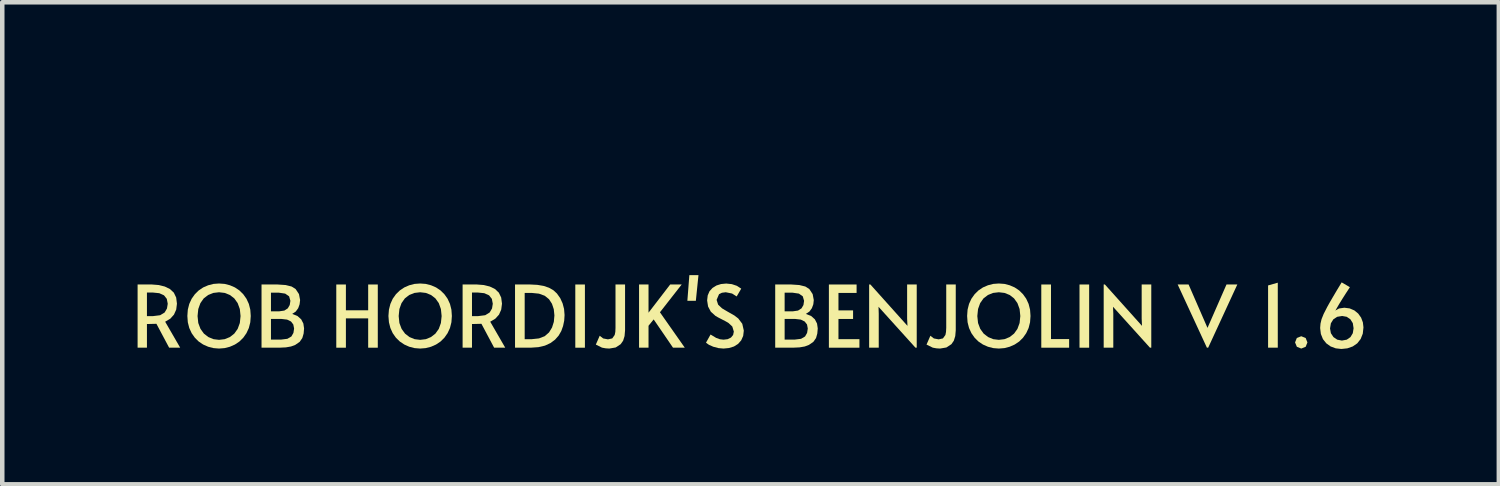
<source format=kicad_pcb>
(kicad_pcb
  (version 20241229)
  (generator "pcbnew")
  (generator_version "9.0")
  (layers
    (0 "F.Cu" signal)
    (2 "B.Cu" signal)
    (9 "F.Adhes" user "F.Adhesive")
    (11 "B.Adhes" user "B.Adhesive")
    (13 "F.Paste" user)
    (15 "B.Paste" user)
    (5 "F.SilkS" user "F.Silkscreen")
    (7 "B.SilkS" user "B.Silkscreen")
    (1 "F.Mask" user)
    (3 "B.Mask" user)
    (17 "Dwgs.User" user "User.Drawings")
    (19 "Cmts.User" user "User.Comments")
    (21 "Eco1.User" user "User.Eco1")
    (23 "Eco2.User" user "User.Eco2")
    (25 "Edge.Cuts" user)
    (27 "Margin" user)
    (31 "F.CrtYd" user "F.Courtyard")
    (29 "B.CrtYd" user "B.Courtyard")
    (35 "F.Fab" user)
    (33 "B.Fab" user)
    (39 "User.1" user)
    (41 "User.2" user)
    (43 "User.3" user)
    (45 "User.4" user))
  (footprint "kibuzzard-633E8A32"
    (layer "F.Cu")
    (at 13.586 3.867)
    (property "Reference" "kibuzzard-633E8A32" (at 0 -3.866 0) (layer "F.SilkS") (effects (font (size 0.001 0.001) (thickness 0.15))))
    (attr board_only exclude_from_pos_files exclude_from_bom)
    (fp_poly (pts (xy -3.884 -0.611) (xy -3.671 -0.611) (xy -3.671 0.79) (xy -3.884 0.79) (xy -3.884 -0.611)) (stroke (width 0) (type solid)) (fill yes) (layer "F.SilkS"))
    (fp_poly (pts (xy -1.356 -0.818) (xy -1.154 -0.818) (xy -1.212 -0.249) (xy -1.4 -0.249) (xy -1.356 -0.818)) (stroke (width 0) (type solid)) (fill yes) (layer "F.SilkS"))
    (fp_poly (pts (xy 7.292 -0.611) (xy 7.506 -0.611) (xy 7.506 0.79) (xy 7.292 0.79) (xy 7.292 -0.611)) (stroke (width 0) (type solid)) (fill yes) (layer "F.SilkS"))
    (fp_poly (pts (xy 11.472 -0.59) (xy 11.687 -0.651) (xy 11.687 0.79) (xy 11.472 0.79) (xy 11.472 -0.59)) (stroke (width 0) (type solid)) (fill yes) (layer "F.SilkS"))
    (fp_poly (pts (xy 6.445 -0.611) (xy 6.66 -0.611) (xy 6.66 0.599) (xy 7.062 0.599) (xy 7.062 0.79) (xy 6.445 0.79) (xy 6.445 -0.611)) (stroke (width 0) (type solid)) (fill yes) (layer "F.SilkS"))
    (fp_poly (pts (xy 9.468 -0.611) (xy 9.71 -0.611) (xy 10.129 0.351) (xy 10.55 -0.611) (xy 10.79 -0.611) (xy 10.144 0.79) (xy 10.116 0.79) (xy 9.468 -0.611)) (stroke (width 0) (type solid)) (fill yes) (layer "F.SilkS"))
    (fp_poly (pts (xy 12.07 0.673) (xy 12.109 0.575) (xy 12.207 0.536) (xy 12.305 0.575) (xy 12.344 0.673) (xy 12.305 0.77) (xy 12.207 0.809) (xy 12.11 0.77) (xy 12.07 0.673)) (stroke (width 0) (type solid)) (fill yes) (layer "F.SilkS"))
    (fp_poly (pts (xy -9.182 -0.611) (xy -8.969 -0.611) (xy -8.969 -0.039) (xy -8.475 -0.039) (xy -8.475 -0.611) (xy -8.262 -0.611) (xy -8.262 0.79) (xy -8.475 0.79) (xy -8.475 0.14) (xy -8.969 0.14) (xy -8.969 0.79) (xy -9.182 0.79) (xy -9.182 -0.611)) (stroke (width 0) (type solid)) (fill yes) (layer "F.SilkS"))
    (fp_poly (pts (xy -2.147 0.163) (xy -2.261 0.304) (xy -2.261 0.79) (xy -2.471 0.79) (xy -2.471 -0.611) (xy -2.261 -0.611) (xy -2.261 0.014) (xy -1.781 -0.611) (xy -1.526 -0.611) (xy -2.008 0.005) (xy -1.457 0.79) (xy -1.718 0.79) (xy -2.147 0.163)) (stroke (width 0) (type solid)) (fill yes) (layer "F.SilkS"))
    (fp_poly (pts (xy 1.737 -0.611) (xy 2.351 -0.611) (xy 2.351 -0.424) (xy 1.949 -0.424) (xy 1.949 -0.037) (xy 2.273 -0.037) (xy 2.273 0.153) (xy 1.949 0.153) (xy 1.949 0.601) (xy 2.414 0.601) (xy 2.414 0.79) (xy 1.737 0.79) (xy 1.737 -0.611)) (stroke (width 0) (type solid)) (fill yes) (layer "F.SilkS"))
    (fp_poly (pts (xy 2.837 -0.117) (xy 2.842 0.035) (xy 2.842 0.79) (xy 2.629 0.79) (xy 2.629 -0.612) (xy 2.656 -0.612) (xy 3.479 0.306) (xy 3.471 0.146) (xy 3.471 -0.611) (xy 3.684 -0.611) (xy 3.684 0.79) (xy 3.656 0.79) (xy 2.837 -0.117)) (stroke (width 0) (type solid)) (fill yes) (layer "F.SilkS"))
    (fp_poly (pts (xy 8.035 -0.117) (xy 8.041 0.035) (xy 8.041 0.79) (xy 7.828 0.79) (xy 7.828 -0.612) (xy 7.854 -0.612) (xy 8.677 0.306) (xy 8.67 0.146) (xy 8.67 -0.611) (xy 8.883 -0.611) (xy 8.883 0.79) (xy 8.854 0.79) (xy 8.035 -0.117)) (stroke (width 0) (type solid)) (fill yes) (layer "F.SilkS"))
    (fp_poly (pts (xy -3.429 0.721) (xy -3.343 0.525) (xy -3.266 0.585) (xy -3.16 0.605) (xy -3.065 0.584) (xy -3.011 0.508) (xy -2.997 0.441) (xy -2.993 0.35) (xy -2.993 -0.611) (xy -2.781 -0.611) (xy -2.781 0.403) (xy -2.792 0.532) (xy -2.824 0.635) (xy -2.878 0.712) (xy -2.989 0.785) (xy -3.13 0.809) (xy -3.21 0.804) (xy -3.292 0.789) (xy -3.429 0.721)) (stroke (width 0) (type solid)) (fill yes) (layer "F.SilkS"))
    (fp_poly (pts (xy 3.901 0.721) (xy 3.987 0.525) (xy 4.064 0.585) (xy 4.17 0.605) (xy 4.265 0.584) (xy 4.32 0.508) (xy 4.333 0.441) (xy 4.338 0.35) (xy 4.338 -0.611) (xy 4.549 -0.611) (xy 4.549 0.403) (xy 4.538 0.532) (xy 4.506 0.635) (xy 4.453 0.712) (xy 4.342 0.785) (xy 4.201 0.809) (xy 4.12 0.804) (xy 4.039 0.789) (xy 3.901 0.721)) (stroke (width 0) (type solid)) (fill yes) (layer "F.SilkS"))
    (fp_poly (pts (xy -12.887 0.79) (xy -13.169 0.26) (xy -13.244 0.262) (xy -13.244 0.09) (xy -13.086 0.07) (xy -12.987 0.01) (xy -12.935 -0.079) (xy -12.918 -0.184) (xy -12.939 -0.293) (xy -13.001 -0.371) (xy -13.105 -0.418) (xy -13.251 -0.433) (xy -13.379 -0.433) (xy -13.379 0.09) (xy -13.244 0.09) (xy -13.244 0.262) (xy -13.325 0.264) (xy -13.379 0.264) (xy -13.379 0.79) (xy -13.586 0.79) (xy -13.586 -0.611) (xy -13.268 -0.611) (xy -13.117 -0.599) (xy -12.984 -0.566) (xy -12.87 -0.511) (xy -12.783 -0.43) (xy -12.731 -0.322) (xy -12.714 -0.186) (xy -12.73 -0.055) (xy -12.78 0.057) (xy -12.861 0.147) (xy -12.975 0.214) (xy -12.642 0.79) (xy -12.887 0.79)) (stroke (width 0) (type solid)) (fill yes) (layer "F.SilkS"))
    (fp_poly (pts (xy -5.683 0.79) (xy -5.965 0.26) (xy -6.039 0.262) (xy -6.039 0.09) (xy -5.881 0.07) (xy -5.783 0.01) (xy -5.73 -0.079) (xy -5.713 -0.184) (xy -5.734 -0.293) (xy -5.796 -0.371) (xy -5.901 -0.418) (xy -6.046 -0.433) (xy -6.174 -0.433) (xy -6.174 0.09) (xy -6.039 0.09) (xy -6.039 0.262) (xy -6.121 0.264) (xy -6.174 0.264) (xy -6.174 0.79) (xy -6.382 0.79) (xy -6.382 -0.611) (xy -6.064 -0.611) (xy -5.912 -0.599) (xy -5.779 -0.566) (xy -5.665 -0.511) (xy -5.579 -0.43) (xy -5.527 -0.322) (xy -5.509 -0.186) (xy -5.526 -0.055) (xy -5.575 0.057) (xy -5.657 0.147) (xy -5.77 0.214) (xy -5.437 0.79) (xy -5.683 0.79)) (stroke (width 0) (type solid)) (fill yes) (layer "F.SilkS"))
    (fp_poly (pts (xy -5.22 -0.611) (xy -4.883 -0.611) (xy -4.724 -0.603) (xy -4.585 -0.579) (xy -4.467 -0.539) (xy -4.369 -0.483) (xy -4.291 -0.411) (xy -4.217 -0.306) (xy -4.165 -0.191) (xy -4.133 -0.068) (xy -4.122 0.066) (xy -4.13 0.191) (xy -4.155 0.309) (xy -4.195 0.421) (xy -4.254 0.523) (xy -4.333 0.612) (xy -4.434 0.687) (xy -4.557 0.744) (xy -4.702 0.778) (xy -4.848 0.788) (xy -4.848 0.601) (xy -4.689 0.584) (xy -4.562 0.535) (xy -4.466 0.451) (xy -4.4 0.343) (xy -4.36 0.218) (xy -4.347 0.075) (xy -4.361 -0.063) (xy -4.401 -0.183) (xy -4.467 -0.285) (xy -4.563 -0.362) (xy -4.69 -0.408) (xy -4.848 -0.424) (xy -5.006 -0.424) (xy -5.006 0.601) (xy -4.848 0.601) (xy -4.848 0.788) (xy -4.871 0.79) (xy -5.22 0.79) (xy -5.22 -0.611)) (stroke (width 0) (type solid)) (fill yes) (layer "F.SilkS"))
    (fp_poly (pts (xy -10.839 -0.611) (xy -10.483 -0.611) (xy -10.305 -0.599) (xy -10.172 -0.566) (xy -10.083 -0.51) (xy -10.009 -0.398) (xy -9.984 -0.266) (xy -9.995 -0.173) (xy -10.026 -0.086) (xy -10.08 -0.012) (xy -10.159 0.041) (xy -10.042 0.088) (xy -9.96 0.161) (xy -9.912 0.254) (xy -9.896 0.363) (xy -9.906 0.477) (xy -9.935 0.576) (xy -9.993 0.66) (xy -10.093 0.729) (xy -10.185 0.763) (xy -10.3 0.783) (xy -10.411 0.788) (xy -10.411 0.611) (xy -10.266 0.593) (xy -10.177 0.541) (xy -10.132 0.462) (xy -10.117 0.365) (xy -10.135 0.275) (xy -10.186 0.209) (xy -10.272 0.167) (xy -10.394 0.153) (xy -10.449 0.153) (xy -10.449 -0.016) (xy -10.333 -0.033) (xy -10.257 -0.082) (xy -10.214 -0.156) (xy -10.199 -0.249) (xy -10.228 -0.349) (xy -10.315 -0.409) (xy -10.458 -0.43) (xy -10.63 -0.43) (xy -10.63 -0.016) (xy -10.449 -0.016) (xy -10.449 0.153) (xy -10.63 0.153) (xy -10.63 0.611) (xy -10.411 0.611) (xy -10.411 0.788) (xy -10.439 0.79) (xy -10.839 0.79) (xy -10.839 -0.611)) (stroke (width 0) (type solid)) (fill yes) (layer "F.SilkS"))
    (fp_poly (pts (xy -0.987 0.679) (xy -0.886 0.498) (xy -0.761 0.573) (xy -0.678 0.603) (xy -0.598 0.612) (xy -0.506 0.601) (xy -0.433 0.565) (xy -0.386 0.508) (xy -0.37 0.433) (xy -0.404 0.321) (xy -0.488 0.242) (xy -0.548 0.207) (xy -0.629 0.165) (xy -0.72 0.118) (xy -0.777 0.085) (xy -0.88 -0.008) (xy -0.941 -0.123) (xy -0.962 -0.258) (xy -0.949 -0.369) (xy -0.909 -0.462) (xy -0.842 -0.535) (xy -0.755 -0.589) (xy -0.654 -0.621) (xy -0.539 -0.632) (xy -0.415 -0.619) (xy -0.304 -0.582) (xy -0.206 -0.519) (xy -0.307 -0.346) (xy -0.409 -0.411) (xy -0.549 -0.439) (xy -0.634 -0.428) (xy -0.698 -0.396) (xy -0.752 -0.27) (xy -0.718 -0.164) (xy -0.632 -0.083) (xy -0.57 -0.045) (xy -0.49 0.001) (xy -0.358 0.076) (xy -0.272 0.142) (xy -0.183 0.26) (xy -0.149 0.411) (xy -0.163 0.529) (xy -0.207 0.628) (xy -0.276 0.706) (xy -0.367 0.763) (xy -0.476 0.797) (xy -0.598 0.809) (xy -0.712 0.799) (xy -0.825 0.769) (xy -0.922 0.726) (xy -0.987 0.679)) (stroke (width 0) (type solid)) (fill yes) (layer "F.SilkS"))
    (fp_poly (pts (xy 0.547 -0.611) (xy 0.903 -0.611) (xy 1.081 -0.599) (xy 1.215 -0.566) (xy 1.303 -0.51) (xy 1.377 -0.398) (xy 1.402 -0.266) (xy 1.392 -0.173) (xy 1.36 -0.086) (xy 1.306 -0.012) (xy 1.227 0.041) (xy 1.344 0.088) (xy 1.426 0.161) (xy 1.474 0.254) (xy 1.49 0.363) (xy 1.48 0.477) (xy 1.452 0.576) (xy 1.393 0.66) (xy 1.293 0.729) (xy 1.202 0.763) (xy 1.086 0.783) (xy 0.975 0.788) (xy 0.975 0.611) (xy 1.12 0.593) (xy 1.209 0.541) (xy 1.254 0.462) (xy 1.269 0.365) (xy 1.252 0.275) (xy 1.2 0.209) (xy 1.114 0.167) (xy 0.993 0.153) (xy 0.937 0.153) (xy 0.937 -0.016) (xy 1.053 -0.033) (xy 1.13 -0.082) (xy 1.173 -0.156) (xy 1.187 -0.249) (xy 1.158 -0.349) (xy 1.072 -0.409) (xy 0.928 -0.43) (xy 0.756 -0.43) (xy 0.756 -0.016) (xy 0.937 -0.016) (xy 0.937 0.153) (xy 0.756 0.153) (xy 0.756 0.611) (xy 0.975 0.611) (xy 0.975 0.788) (xy 0.947 0.79) (xy 0.547 0.79) (xy 0.547 -0.611)) (stroke (width 0) (type solid)) (fill yes) (layer "F.SilkS"))
    (fp_poly (pts (xy 12.626 0.353) (xy 12.634 0.255) (xy 12.657 0.158) (xy 12.704 0.041) (xy 12.786 -0.119) (xy 12.843 -0.221) (xy 12.915 -0.344) (xy 13.001 -0.49) (xy 13.103 -0.658) (xy 13.285 -0.551) (xy 13.197 -0.416) (xy 13.118 -0.292) (xy 13.049 -0.18) (xy 12.99 -0.079) (xy 12.975 -0.052) (xy 12.962 -0.033) (xy 13.044 -0.079) (xy 13.162 -0.096) (xy 13.28 -0.081) (xy 13.385 -0.036) (xy 13.47 0.034) (xy 13.534 0.124) (xy 13.573 0.228) (xy 13.586 0.34) (xy 13.571 0.479) (xy 13.524 0.597) (xy 13.449 0.693) (xy 13.349 0.762) (xy 13.23 0.804) (xy 13.108 0.817) (xy 13.108 0.632) (xy 13.216 0.612) (xy 13.298 0.555) (xy 13.35 0.468) (xy 13.367 0.359) (xy 13.35 0.246) (xy 13.296 0.16) (xy 13.215 0.105) (xy 13.114 0.087) (xy 13.004 0.105) (xy 12.919 0.161) (xy 12.864 0.249) (xy 12.845 0.363) (xy 12.864 0.469) (xy 12.921 0.555) (xy 13.005 0.612) (xy 13.108 0.632) (xy 13.108 0.817) (xy 13.095 0.818) (xy 12.971 0.804) (xy 12.858 0.762) (xy 12.762 0.693) (xy 12.688 0.6) (xy 12.642 0.486) (xy 12.626 0.353)) (stroke (width 0) (type solid)) (fill yes) (layer "F.SilkS"))
    (fp_poly (pts (xy -12.483 0.087) (xy -12.473 -0.053) (xy -12.441 -0.18) (xy -12.388 -0.295) (xy -12.317 -0.395) (xy -12.232 -0.479) (xy -12.132 -0.546) (xy -12.021 -0.594) (xy -11.904 -0.624) (xy -11.781 -0.633) (xy -11.657 -0.624) (xy -11.54 -0.594) (xy -11.429 -0.546) (xy -11.329 -0.479) (xy -11.244 -0.395) (xy -11.173 -0.295) (xy -11.12 -0.18) (xy -11.088 -0.053) (xy -11.078 0.087) (xy -11.088 0.226) (xy -11.12 0.353) (xy -11.173 0.468) (xy -11.244 0.569) (xy -11.329 0.653) (xy -11.429 0.72) (xy -11.54 0.769) (xy -11.657 0.799) (xy -11.781 0.809) (xy -11.781 0.616) (xy -11.655 0.601) (xy -11.54 0.554) (xy -11.443 0.478) (xy -11.368 0.373) (xy -11.32 0.243) (xy -11.304 0.089) (xy -11.32 -0.067) (xy -11.368 -0.198) (xy -11.443 -0.303) (xy -11.54 -0.378) (xy -11.654 -0.424) (xy -11.781 -0.439) (xy -11.908 -0.424) (xy -12.022 -0.378) (xy -12.12 -0.303) (xy -12.194 -0.198) (xy -12.241 -0.067) (xy -12.257 0.089) (xy -12.241 0.243) (xy -12.192 0.373) (xy -12.116 0.478) (xy -12.018 0.554) (xy -11.904 0.601) (xy -11.781 0.616) (xy -11.781 0.809) (xy -11.904 0.799) (xy -12.021 0.769) (xy -12.132 0.72) (xy -12.232 0.653) (xy -12.317 0.569) (xy -12.388 0.468) (xy -12.441 0.353) (xy -12.473 0.226) (xy -12.483 0.087)) (stroke (width 0) (type solid)) (fill yes) (layer "F.SilkS"))
    (fp_poly (pts (xy -8.026 0.087) (xy -8.015 -0.053) (xy -7.983 -0.18) (xy -7.931 -0.295) (xy -7.86 -0.395) (xy -7.774 -0.479) (xy -7.674 -0.546) (xy -7.564 -0.594) (xy -7.447 -0.624) (xy -7.323 -0.633) (xy -7.199 -0.624) (xy -7.082 -0.594) (xy -6.971 -0.546) (xy -6.871 -0.479) (xy -6.786 -0.395) (xy -6.715 -0.295) (xy -6.662 -0.18) (xy -6.63 -0.053) (xy -6.62 0.087) (xy -6.63 0.226) (xy -6.662 0.353) (xy -6.715 0.468) (xy -6.786 0.569) (xy -6.871 0.653) (xy -6.971 0.72) (xy -7.082 0.769) (xy -7.199 0.799) (xy -7.323 0.809) (xy -7.323 0.616) (xy -7.197 0.601) (xy -7.083 0.554) (xy -6.985 0.478) (xy -6.91 0.373) (xy -6.863 0.243) (xy -6.847 0.089) (xy -6.863 -0.067) (xy -6.91 -0.198) (xy -6.985 -0.303) (xy -7.082 -0.378) (xy -7.196 -0.424) (xy -7.323 -0.439) (xy -7.45 -0.424) (xy -7.565 -0.378) (xy -7.662 -0.303) (xy -7.736 -0.198) (xy -7.783 -0.067) (xy -7.799 0.089) (xy -7.783 0.243) (xy -7.734 0.373) (xy -7.658 0.478) (xy -7.56 0.554) (xy -7.446 0.601) (xy -7.323 0.616) (xy -7.323 0.809) (xy -7.447 0.799) (xy -7.564 0.769) (xy -7.674 0.72) (xy -7.774 0.653) (xy -7.86 0.569) (xy -7.931 0.468) (xy -7.983 0.353) (xy -8.015 0.226) (xy -8.026 0.087)) (stroke (width 0) (type solid)) (fill yes) (layer "F.SilkS"))
    (fp_poly (pts (xy 4.801 0.087) (xy 4.811 -0.053) (xy 4.843 -0.18) (xy 4.896 -0.295) (xy 4.967 -0.395) (xy 5.052 -0.479) (xy 5.152 -0.546) (xy 5.263 -0.594) (xy 5.38 -0.624) (xy 5.504 -0.633) (xy 5.627 -0.624) (xy 5.744 -0.594) (xy 5.855 -0.546) (xy 5.955 -0.479) (xy 6.04 -0.395) (xy 6.111 -0.295) (xy 6.164 -0.18) (xy 6.196 -0.053) (xy 6.206 0.087) (xy 6.196 0.226) (xy 6.164 0.353) (xy 6.111 0.468) (xy 6.04 0.569) (xy 5.955 0.653) (xy 5.855 0.72) (xy 5.744 0.769) (xy 5.627 0.799) (xy 5.504 0.809) (xy 5.504 0.616) (xy 5.629 0.601) (xy 5.744 0.554) (xy 5.841 0.478) (xy 5.916 0.373) (xy 5.964 0.243) (xy 5.98 0.089) (xy 5.964 -0.067) (xy 5.916 -0.198) (xy 5.841 -0.303) (xy 5.745 -0.378) (xy 5.63 -0.424) (xy 5.504 -0.439) (xy 5.376 -0.424) (xy 5.262 -0.378) (xy 5.164 -0.303) (xy 5.09 -0.198) (xy 5.043 -0.067) (xy 5.027 0.089) (xy 5.043 0.243) (xy 5.092 0.373) (xy 5.168 0.478) (xy 5.266 0.554) (xy 5.38 0.601) (xy 5.504 0.616) (xy 5.504 0.809) (xy 5.38 0.799) (xy 5.263 0.769) (xy 5.152 0.72) (xy 5.052 0.653) (xy 4.967 0.569) (xy 4.896 0.468) (xy 4.843 0.353) (xy 4.811 0.226) (xy 4.801 0.087)) (stroke (width 0) (type solid)) (fill yes) (layer "F.SilkS")))
  (gr_rect
    (start -3 -3)
    (end 30.173 7.685)
    (stroke (width 0.1) (type default))
    (fill no)
    (layer "Edge.Cuts")))
</source>
